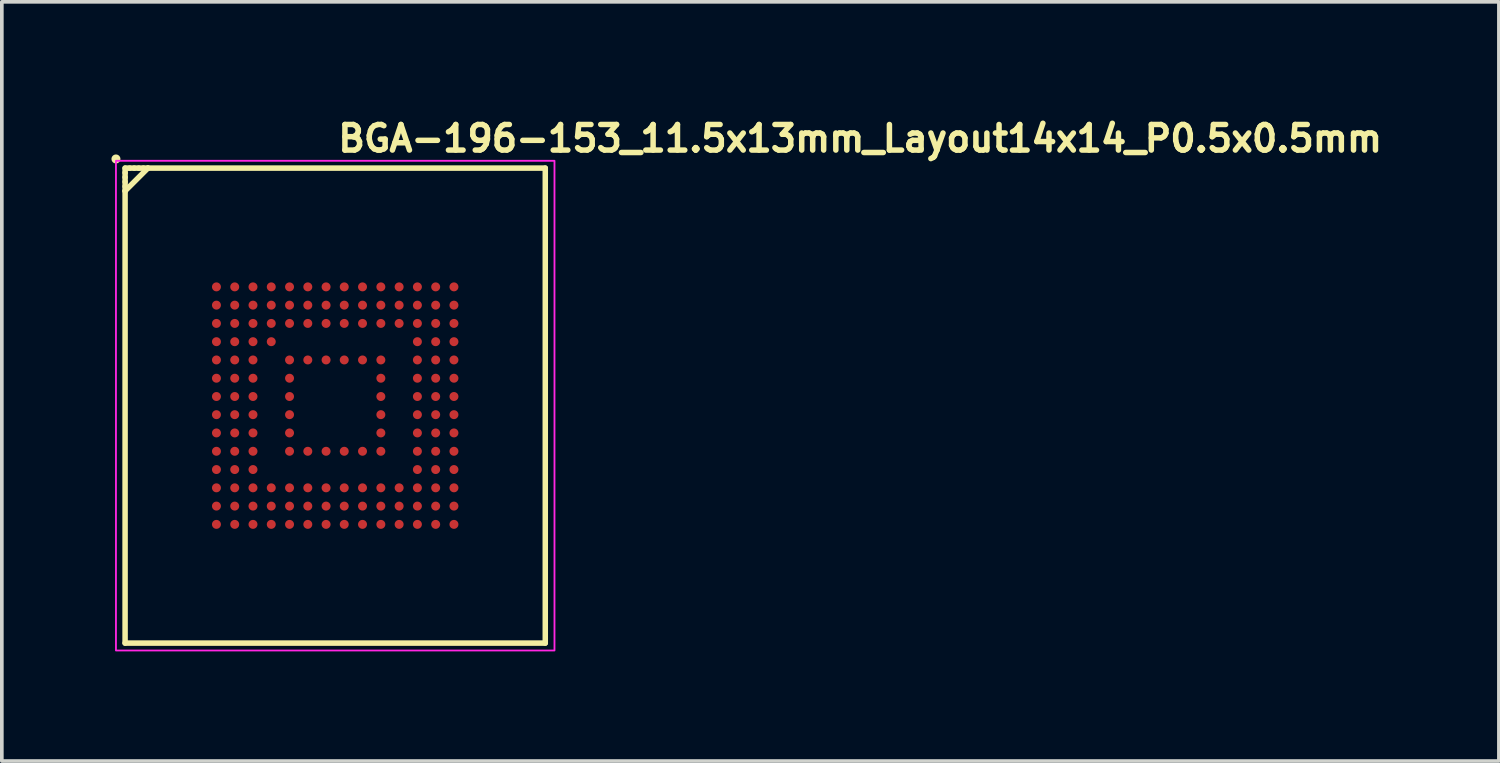
<source format=kicad_pcb>
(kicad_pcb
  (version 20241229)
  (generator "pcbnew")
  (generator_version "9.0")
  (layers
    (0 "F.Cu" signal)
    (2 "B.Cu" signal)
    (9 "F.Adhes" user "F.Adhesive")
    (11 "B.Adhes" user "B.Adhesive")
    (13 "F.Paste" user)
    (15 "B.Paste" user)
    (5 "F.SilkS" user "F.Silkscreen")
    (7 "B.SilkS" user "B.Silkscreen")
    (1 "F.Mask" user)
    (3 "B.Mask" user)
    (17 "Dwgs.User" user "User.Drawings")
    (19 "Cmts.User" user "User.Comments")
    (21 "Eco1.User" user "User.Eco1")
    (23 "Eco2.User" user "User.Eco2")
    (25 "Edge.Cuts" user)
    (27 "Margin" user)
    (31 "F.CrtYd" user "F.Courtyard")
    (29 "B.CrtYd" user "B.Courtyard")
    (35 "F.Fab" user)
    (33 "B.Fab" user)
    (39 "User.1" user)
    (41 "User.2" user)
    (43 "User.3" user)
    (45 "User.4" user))
  (footprint "BGA-196-153_11.5x13mm_Layout14x14_P0.5x0.5mm"
    (layer "F.Cu")
    (at 6.123 8.05)
    (property "Reference" "BGA-196-153_11.5x13mm_Layout14x14_P0.5x0.5mm" (at 0 -6.9 0) (layer "F.SilkS") (effects (font (size 0.7 0.7) (thickness 0.15)) (justify left bottom)))
    (attr smd)
    (fp_line (start -5.75 -6.5) (end -5.75 -6.375) (stroke (width 0.15) (type solid)) (layer "F.SilkS"))
    (fp_line (start -5.75 -6.375) (end -5.75 -6.25) (stroke (width 0.15) (type solid)) (layer "F.SilkS"))
    (fp_line (start -5.75 -6.25) (end -5.75 -6.125) (stroke (width 0.15) (type solid)) (layer "F.SilkS"))
    (fp_line (start -5.75 -6.125) (end -5.75 -6) (stroke (width 0.15) (type solid)) (layer "F.SilkS"))
    (fp_line (start -5.75 -6) (end -5.75 -5.875) (stroke (width 0.15) (type solid)) (layer "F.SilkS"))
    (fp_line (start -5.75 -5.875) (end -5.75 6.498) (stroke (width 0.15) (type solid)) (layer "F.SilkS"))
    (fp_line (start -5.75 -5.875) (end -5.125 -6.5) (stroke (width 0.15) (type solid)) (layer "F.SilkS"))
    (fp_line (start -5.75 6.498) (end 5.748 6.498) (stroke (width 0.15) (type solid)) (layer "F.SilkS"))
    (fp_line (start -5.625 -6.5) (end -5.75 -6.5) (stroke (width 0.15) (type solid)) (layer "F.SilkS"))
    (fp_line (start -5.5 -6.5) (end -5.625 -6.5) (stroke (width 0.15) (type solid)) (layer "F.SilkS"))
    (fp_line (start -5.375 -6.5) (end -5.5 -6.5) (stroke (width 0.15) (type solid)) (layer "F.SilkS"))
    (fp_line (start -5.25 -6.5) (end -5.375 -6.5) (stroke (width 0.15) (type solid)) (layer "F.SilkS"))
    (fp_line (start -5.125 -6.5) (end -5.25 -6.5) (stroke (width 0.15) (type solid)) (layer "F.SilkS"))
    (fp_line (start 5.748 -6.5) (end -5.125 -6.5) (stroke (width 0.15) (type solid)) (layer "F.SilkS"))
    (fp_line (start 5.748 6.498) (end 5.748 -6.5) (stroke (width 0.15) (type solid)) (layer "F.SilkS"))
    (fp_circle (center -6 -6.75) (end -5.952 -6.75) (stroke (width 0.15) (type solid)) (fill yes) (layer "F.SilkS"))
    (fp_rect (start -6 -6.7) (end 6 6.7) (stroke (width 0.05) (type solid)) (fill no) (layer "F.CrtYd"))
    (fp_rect (start -5.75 -6.5) (end 5.749 6.499) (stroke (width 0.1) (type solid)) (fill no) (layer "User.5"))
    (fp_line (start -5.75 -6.5) (end -5.75 6.499) (stroke (width 0.02) (type solid)) (layer "User.9"))
    (fp_line (start -5.75 6.499) (end 5.749 6.499) (stroke (width 0.02) (type solid)) (layer "User.9"))
    (fp_line (start -5.201 -5.351) (end -5.201 -5.351) (stroke (width 0.02) (type solid)) (layer "User.9"))
    (fp_line (start -5.201 -5.351) (end -5.199 -5.321) (stroke (width 0.02) (type solid)) (layer "User.9"))
    (fp_line (start -5.199 -5.382) (end -5.201 -5.351) (stroke (width 0.02) (type solid)) (layer "User.9"))
    (fp_line (start -5.199 -5.321) (end -5.197 -5.289) (stroke (width 0.02) (type solid)) (layer "User.9"))
    (fp_line (start -5.197 -5.412) (end -5.199 -5.382) (stroke (width 0.02) (type solid)) (layer "User.9"))
    (fp_line (start -5.197 -5.289) (end -5.194 -5.26) (stroke (width 0.02) (type solid)) (layer "User.9"))
    (fp_line (start -5.194 -5.443) (end -5.197 -5.412) (stroke (width 0.02) (type solid)) (layer "User.9"))
    (fp_line (start -5.194 -5.26) (end -5.188 -5.231) (stroke (width 0.02) (type solid)) (layer "User.9"))
    (fp_line (start -5.188 -5.471) (end -5.194 -5.443) (stroke (width 0.02) (type solid)) (layer "User.9"))
    (fp_line (start -5.188 -5.231) (end -5.181 -5.202) (stroke (width 0.02) (type solid)) (layer "User.9"))
    (fp_line (start -5.181 -5.5) (end -5.188 -5.471) (stroke (width 0.02) (type solid)) (layer "User.9"))
    (fp_line (start -5.181 -5.202) (end -5.173 -5.172) (stroke (width 0.02) (type solid)) (layer "User.9"))
    (fp_line (start -5.173 -5.529) (end -5.181 -5.5) (stroke (width 0.02) (type solid)) (layer "User.9"))
    (fp_line (start -5.173 -5.172) (end -5.164 -5.145) (stroke (width 0.02) (type solid)) (layer "User.9"))
    (fp_line (start -5.164 -5.558) (end -5.173 -5.529) (stroke (width 0.02) (type solid)) (layer "User.9"))
    (fp_line (start -5.164 -5.145) (end -5.154 -5.117) (stroke (width 0.02) (type solid)) (layer "User.9"))
    (fp_line (start -5.154 -5.585) (end -5.164 -5.558) (stroke (width 0.02) (type solid)) (layer "User.9"))
    (fp_line (start -5.154 -5.117) (end -5.141 -5.09) (stroke (width 0.02) (type solid)) (layer "User.9"))
    (fp_line (start -5.141 -5.611) (end -5.154 -5.585) (stroke (width 0.02) (type solid)) (layer "User.9"))
    (fp_line (start -5.141 -5.09) (end -5.129 -5.066) (stroke (width 0.02) (type solid)) (layer "User.9"))
    (fp_line (start -5.129 -5.637) (end -5.141 -5.611) (stroke (width 0.02) (type solid)) (layer "User.9"))
    (fp_line (start -5.129 -5.066) (end -5.114 -5.039) (stroke (width 0.02) (type solid)) (layer "User.9"))
    (fp_line (start -5.114 -5.662) (end -5.129 -5.637) (stroke (width 0.02) (type solid)) (layer "User.9"))
    (fp_line (start -5.114 -5.039) (end -5.098 -5.015) (stroke (width 0.02) (type solid)) (layer "User.9"))
    (fp_line (start -5.098 -5.686) (end -5.114 -5.662) (stroke (width 0.02) (type solid)) (layer "User.9"))
    (fp_line (start -5.098 -5.015) (end -5.082 -4.992) (stroke (width 0.02) (type solid)) (layer "User.9"))
    (fp_line (start -5.082 -5.71) (end -5.098 -5.686) (stroke (width 0.02) (type solid)) (layer "User.9"))
    (fp_line (start -5.082 -4.992) (end -5.063 -4.97) (stroke (width 0.02) (type solid)) (layer "User.9"))
    (fp_line (start -5.063 -5.733) (end -5.082 -5.71) (stroke (width 0.02) (type solid)) (layer "User.9"))
    (fp_line (start -5.063 -4.97) (end -5.045 -4.947) (stroke (width 0.02) (type solid)) (layer "User.9"))
    (fp_line (start -5.045 -5.755) (end -5.063 -5.733) (stroke (width 0.02) (type solid)) (layer "User.9"))
    (fp_line (start -5.045 -4.947) (end -5.026 -4.927) (stroke (width 0.02) (type solid)) (layer "User.9"))
    (fp_line (start -5.026 -5.776) (end -5.045 -5.755) (stroke (width 0.02) (type solid)) (layer "User.9"))
    (fp_line (start -5.026 -4.927) (end -5.005 -4.906) (stroke (width 0.02) (type solid)) (layer "User.9"))
    (fp_line (start -5.005 -5.795) (end -5.026 -5.776) (stroke (width 0.02) (type solid)) (layer "User.9"))
    (fp_line (start -5.005 -4.906) (end -4.983 -4.888) (stroke (width 0.02) (type solid)) (layer "User.9"))
    (fp_line (start -4.983 -5.813) (end -5.005 -5.795) (stroke (width 0.02) (type solid)) (layer "User.9"))
    (fp_line (start -4.983 -4.888) (end -4.96 -4.871) (stroke (width 0.02) (type solid)) (layer "User.9"))
    (fp_line (start -4.96 -5.832) (end -4.983 -5.813) (stroke (width 0.02) (type solid)) (layer "User.9"))
    (fp_line (start -4.96 -4.871) (end -4.936 -4.853) (stroke (width 0.02) (type solid)) (layer "User.9"))
    (fp_line (start -4.936 -5.848) (end -4.96 -5.832) (stroke (width 0.02) (type solid)) (layer "User.9"))
    (fp_line (start -4.936 -4.853) (end -4.912 -4.837) (stroke (width 0.02) (type solid)) (layer "User.9"))
    (fp_line (start -4.912 -5.864) (end -4.936 -5.848) (stroke (width 0.02) (type solid)) (layer "User.9"))
    (fp_line (start -4.912 -4.837) (end -4.887 -4.824) (stroke (width 0.02) (type solid)) (layer "User.9"))
    (fp_line (start -4.887 -5.878) (end -4.912 -5.864) (stroke (width 0.02) (type solid)) (layer "User.9"))
    (fp_line (start -4.887 -4.824) (end -4.861 -4.811) (stroke (width 0.02) (type solid)) (layer "User.9"))
    (fp_line (start -4.861 -5.891) (end -4.887 -5.878) (stroke (width 0.02) (type solid)) (layer "User.9"))
    (fp_line (start -4.861 -4.811) (end -4.835 -4.798) (stroke (width 0.02) (type solid)) (layer "User.9"))
    (fp_line (start -4.835 -5.904) (end -4.861 -5.891) (stroke (width 0.02) (type solid)) (layer "User.9"))
    (fp_line (start -4.835 -4.798) (end -4.808 -4.787) (stroke (width 0.02) (type solid)) (layer "User.9"))
    (fp_line (start -4.808 -5.914) (end -4.835 -5.904) (stroke (width 0.02) (type solid)) (layer "User.9"))
    (fp_line (start -4.808 -4.787) (end -4.779 -4.779) (stroke (width 0.02) (type solid)) (layer "User.9"))
    (fp_line (start -4.779 -5.923) (end -4.808 -5.914) (stroke (width 0.02) (type solid)) (layer "User.9"))
    (fp_line (start -4.779 -4.779) (end -4.75 -4.77) (stroke (width 0.02) (type solid)) (layer "User.9"))
    (fp_line (start -4.75 -5.933) (end -4.779 -5.923) (stroke (width 0.02) (type solid)) (layer "User.9"))
    (fp_line (start -4.75 -4.77) (end -4.721 -4.763) (stroke (width 0.02) (type solid)) (layer "User.9"))
    (fp_line (start -4.721 -5.938) (end -4.75 -5.933) (stroke (width 0.02) (type solid)) (layer "User.9"))
    (fp_line (start -4.721 -4.763) (end -4.693 -4.757) (stroke (width 0.02) (type solid)) (layer "User.9"))
    (fp_line (start -4.693 -5.944) (end -4.721 -5.938) (stroke (width 0.02) (type solid)) (layer "User.9"))
    (fp_line (start -4.693 -4.757) (end -4.662 -4.755) (stroke (width 0.02) (type solid)) (layer "User.9"))
    (fp_line (start -4.662 -5.947) (end -4.693 -5.944) (stroke (width 0.02) (type solid)) (layer "User.9"))
    (fp_line (start -4.662 -4.755) (end -4.632 -4.752) (stroke (width 0.02) (type solid)) (layer "User.9"))
    (fp_line (start -4.632 -5.951) (end -4.662 -5.947) (stroke (width 0.02) (type solid)) (layer "User.9"))
    (fp_line (start -4.632 -4.752) (end -4.601 -4.75) (stroke (width 0.02) (type solid)) (layer "User.9"))
    (fp_line (start -4.601 -5.952) (end -4.632 -5.951) (stroke (width 0.02) (type solid)) (layer "User.9"))
    (fp_line (start -4.601 -4.75) (end -4.571 -4.752) (stroke (width 0.02) (type solid)) (layer "User.9"))
    (fp_line (start -4.571 -5.951) (end -4.601 -5.952) (stroke (width 0.02) (type solid)) (layer "User.9"))
    (fp_line (start -4.571 -4.752) (end -4.539 -4.755) (stroke (width 0.02) (type solid)) (layer "User.9"))
    (fp_line (start -4.539 -5.947) (end -4.571 -5.951) (stroke (width 0.02) (type solid)) (layer "User.9"))
    (fp_line (start -4.539 -4.755) (end -4.51 -4.757) (stroke (width 0.02) (type solid)) (layer "User.9"))
    (fp_line (start -4.51 -5.944) (end -4.539 -5.947) (stroke (width 0.02) (type solid)) (layer "User.9"))
    (fp_line (start -4.51 -4.757) (end -4.481 -4.763) (stroke (width 0.02) (type solid)) (layer "User.9"))
    (fp_line (start -4.481 -5.938) (end -4.51 -5.944) (stroke (width 0.02) (type solid)) (layer "User.9"))
    (fp_line (start -4.481 -4.763) (end -4.452 -4.77) (stroke (width 0.02) (type solid)) (layer "User.9"))
    (fp_line (start -4.452 -5.933) (end -4.481 -5.938) (stroke (width 0.02) (type solid)) (layer "User.9"))
    (fp_line (start -4.452 -4.77) (end -4.422 -4.779) (stroke (width 0.02) (type solid)) (layer "User.9"))
    (fp_line (start -4.422 -5.923) (end -4.452 -5.933) (stroke (width 0.02) (type solid)) (layer "User.9"))
    (fp_line (start -4.422 -4.779) (end -4.395 -4.787) (stroke (width 0.02) (type solid)) (layer "User.9"))
    (fp_line (start -4.395 -5.914) (end -4.422 -5.923) (stroke (width 0.02) (type solid)) (layer "User.9"))
    (fp_line (start -4.395 -4.787) (end -4.367 -4.798) (stroke (width 0.02) (type solid)) (layer "User.9"))
    (fp_line (start -4.367 -5.904) (end -4.395 -5.914) (stroke (width 0.02) (type solid)) (layer "User.9"))
    (fp_line (start -4.367 -4.798) (end -4.34 -4.811) (stroke (width 0.02) (type solid)) (layer "User.9"))
    (fp_line (start -4.34 -5.891) (end -4.367 -5.904) (stroke (width 0.02) (type solid)) (layer "User.9"))
    (fp_line (start -4.34 -4.811) (end -4.316 -4.824) (stroke (width 0.02) (type solid)) (layer "User.9"))
    (fp_line (start -4.316 -5.878) (end -4.34 -5.891) (stroke (width 0.02) (type solid)) (layer "User.9"))
    (fp_line (start -4.316 -4.824) (end -4.29 -4.837) (stroke (width 0.02) (type solid)) (layer "User.9"))
    (fp_line (start -4.29 -4.837) (end -4.265 -4.853) (stroke (width 0.02) (type solid)) (layer "User.9"))
    (fp_line (start -4.289 -5.864) (end -4.316 -5.878) (stroke (width 0.02) (type solid)) (layer "User.9"))
    (fp_line (start -4.265 -5.848) (end -4.289 -5.864) (stroke (width 0.02) (type solid)) (layer "User.9"))
    (fp_line (start -4.265 -4.853) (end -4.242 -4.871) (stroke (width 0.02) (type solid)) (layer "User.9"))
    (fp_line (start -4.242 -5.832) (end -4.265 -5.848) (stroke (width 0.02) (type solid)) (layer "User.9"))
    (fp_line (start -4.242 -4.871) (end -4.22 -4.888) (stroke (width 0.02) (type solid)) (layer "User.9"))
    (fp_line (start -4.22 -5.813) (end -4.242 -5.832) (stroke (width 0.02) (type solid)) (layer "User.9"))
    (fp_line (start -4.22 -4.888) (end -4.197 -4.906) (stroke (width 0.02) (type solid)) (layer "User.9"))
    (fp_line (start -4.197 -5.795) (end -4.22 -5.813) (stroke (width 0.02) (type solid)) (layer "User.9"))
    (fp_line (start -4.197 -4.906) (end -4.177 -4.927) (stroke (width 0.02) (type solid)) (layer "User.9"))
    (fp_line (start -4.177 -5.776) (end -4.197 -5.795) (stroke (width 0.02) (type solid)) (layer "User.9"))
    (fp_line (start -4.177 -4.927) (end -4.157 -4.947) (stroke (width 0.02) (type solid)) (layer "User.9"))
    (fp_line (start -4.157 -5.755) (end -4.177 -5.776) (stroke (width 0.02) (type solid)) (layer "User.9"))
    (fp_line (start -4.157 -4.947) (end -4.138 -4.97) (stroke (width 0.02) (type solid)) (layer "User.9"))
    (fp_line (start -4.138 -5.733) (end -4.157 -5.755) (stroke (width 0.02) (type solid)) (layer "User.9"))
    (fp_line (start -4.138 -4.97) (end -4.121 -4.992) (stroke (width 0.02) (type solid)) (layer "User.9"))
    (fp_line (start -4.121 -5.71) (end -4.138 -5.733) (stroke (width 0.02) (type solid)) (layer "User.9"))
    (fp_line (start -4.121 -4.992) (end -4.103 -5.015) (stroke (width 0.02) (type solid)) (layer "User.9"))
    (fp_line (start -4.103 -5.686) (end -4.121 -5.71) (stroke (width 0.02) (type solid)) (layer "User.9"))
    (fp_line (start -4.103 -5.015) (end -4.088 -5.039) (stroke (width 0.02) (type solid)) (layer "User.9"))
    (fp_line (start -4.088 -5.662) (end -4.103 -5.686) (stroke (width 0.02) (type solid)) (layer "User.9"))
    (fp_line (start -4.088 -5.039) (end -4.074 -5.066) (stroke (width 0.02) (type solid)) (layer "User.9"))
    (fp_line (start -4.074 -5.637) (end -4.088 -5.662) (stroke (width 0.02) (type solid)) (layer "User.9"))
    (fp_line (start -4.074 -5.066) (end -4.061 -5.09) (stroke (width 0.02) (type solid)) (layer "User.9"))
    (fp_line (start -4.061 -5.611) (end -4.074 -5.637) (stroke (width 0.02) (type solid)) (layer "User.9"))
    (fp_line (start -4.061 -5.09) (end -4.048 -5.117) (stroke (width 0.02) (type solid)) (layer "User.9"))
    (fp_line (start -4.048 -5.585) (end -4.061 -5.611) (stroke (width 0.02) (type solid)) (layer "User.9"))
    (fp_line (start -4.048 -5.117) (end -4.037 -5.145) (stroke (width 0.02) (type solid)) (layer "User.9"))
    (fp_line (start -4.037 -5.558) (end -4.048 -5.585) (stroke (width 0.02) (type solid)) (layer "User.9"))
    (fp_line (start -4.037 -5.145) (end -4.029 -5.172) (stroke (width 0.02) (type solid)) (layer "User.9"))
    (fp_line (start -4.029 -5.529) (end -4.037 -5.558) (stroke (width 0.02) (type solid)) (layer "User.9"))
    (fp_line (start -4.029 -5.172) (end -4.021 -5.202) (stroke (width 0.02) (type solid)) (layer "User.9"))
    (fp_line (start -4.021 -5.5) (end -4.029 -5.529) (stroke (width 0.02) (type solid)) (layer "User.9"))
    (fp_line (start -4.021 -5.202) (end -4.013 -5.231) (stroke (width 0.02) (type solid)) (layer "User.9"))
    (fp_line (start -4.013 -5.471) (end -4.021 -5.5) (stroke (width 0.02) (type solid)) (layer "User.9"))
    (fp_line (start -4.013 -5.231) (end -4.008 -5.26) (stroke (width 0.02) (type solid)) (layer "User.9"))
    (fp_line (start -4.008 -5.443) (end -4.013 -5.471) (stroke (width 0.02) (type solid)) (layer "User.9"))
    (fp_line (start -4.008 -5.26) (end -4.005 -5.289) (stroke (width 0.02) (type solid)) (layer "User.9"))
    (fp_line (start -4.005 -5.412) (end -4.008 -5.443) (stroke (width 0.02) (type solid)) (layer "User.9"))
    (fp_line (start -4.005 -5.289) (end -4.002 -5.321) (stroke (width 0.02) (type solid)) (layer "User.9"))
    (fp_line (start -4.002 -5.382) (end -4.005 -5.412) (stroke (width 0.02) (type solid)) (layer "User.9"))
    (fp_line (start -4.002 -5.351) (end -4.002 -5.382) (stroke (width 0.02) (type solid)) (layer "User.9"))
    (fp_line (start -4.002 -5.351) (end -4.002 -5.351) (stroke (width 0.02) (type solid)) (layer "User.9"))
    (fp_line (start -4.002 -5.321) (end -4.002 -5.351) (stroke (width 0.02) (type solid)) (layer "User.9"))
    (fp_line (start 5.749 -6.5) (end -5.75 -6.5) (stroke (width 0.02) (type solid)) (layer "User.9"))
    (fp_line (start 5.749 6.499) (end 5.749 -6.5) (stroke (width 0.02) (type solid)) (layer "User.9"))
    (pad "A1" smd circle (at -3.25 -3.25) (size 0.245 0.245) (layers "F.Cu" "F.Mask" "F.Paste"))
    (pad "A2" smd circle (at -2.75 -3.25) (size 0.245 0.245) (layers "F.Cu" "F.Mask" "F.Paste"))
    (pad "A3" smd circle (at -2.25 -3.25) (size 0.245 0.245) (layers "F.Cu" "F.Mask" "F.Paste"))
    (pad "A4" smd circle (at -1.75 -3.25) (size 0.245 0.245) (layers "F.Cu" "F.Mask" "F.Paste"))
    (pad "A5" smd circle (at -1.25 -3.25) (size 0.245 0.245) (layers "F.Cu" "F.Mask" "F.Paste"))
    (pad "A6" smd circle (at -0.75 -3.25) (size 0.245 0.245) (layers "F.Cu" "F.Mask" "F.Paste"))
    (pad "A7" smd circle (at -0.25 -3.25) (size 0.245 0.245) (layers "F.Cu" "F.Mask" "F.Paste"))
    (pad "A8" smd circle (at 0.247 -3.25) (size 0.245 0.245) (layers "F.Cu" "F.Mask" "F.Paste"))
    (pad "A9" smd circle (at 0.747 -3.25) (size 0.245 0.245) (layers "F.Cu" "F.Mask" "F.Paste"))
    (pad "A10" smd circle (at 1.249 -3.25) (size 0.245 0.245) (layers "F.Cu" "F.Mask" "F.Paste"))
    (pad "A11" smd circle (at 1.749 -3.25) (size 0.245 0.245) (layers "F.Cu" "F.Mask" "F.Paste"))
    (pad "A12" smd circle (at 2.249 -3.25) (size 0.245 0.245) (layers "F.Cu" "F.Mask" "F.Paste"))
    (pad "A13" smd circle (at 2.749 -3.25) (size 0.245 0.245) (layers "F.Cu" "F.Mask" "F.Paste"))
    (pad "A14" smd circle (at 3.249 -3.25) (size 0.245 0.245) (layers "F.Cu" "F.Mask" "F.Paste"))
    (pad "B1" smd circle (at -3.25 -2.75) (size 0.245 0.245) (layers "F.Cu" "F.Mask" "F.Paste"))
    (pad "B2" smd circle (at -2.75 -2.75) (size 0.245 0.245) (layers "F.Cu" "F.Mask" "F.Paste"))
    (pad "B3" smd circle (at -2.25 -2.75) (size 0.245 0.245) (layers "F.Cu" "F.Mask" "F.Paste"))
    (pad "B4" smd circle (at -1.75 -2.75) (size 0.245 0.245) (layers "F.Cu" "F.Mask" "F.Paste"))
    (pad "B5" smd circle (at -1.25 -2.75) (size 0.245 0.245) (layers "F.Cu" "F.Mask" "F.Paste"))
    (pad "B6" smd circle (at -0.75 -2.75) (size 0.245 0.245) (layers "F.Cu" "F.Mask" "F.Paste"))
    (pad "B7" smd circle (at -0.25 -2.75) (size 0.245 0.245) (layers "F.Cu" "F.Mask" "F.Paste"))
    (pad "B8" smd circle (at 0.247 -2.75) (size 0.245 0.245) (layers "F.Cu" "F.Mask" "F.Paste"))
    (pad "B9" smd circle (at 0.747 -2.75) (size 0.245 0.245) (layers "F.Cu" "F.Mask" "F.Paste"))
    (pad "B10" smd circle (at 1.249 -2.75) (size 0.245 0.245) (layers "F.Cu" "F.Mask" "F.Paste"))
    (pad "B11" smd circle (at 1.749 -2.75) (size 0.245 0.245) (layers "F.Cu" "F.Mask" "F.Paste"))
    (pad "B12" smd circle (at 2.249 -2.75) (size 0.245 0.245) (layers "F.Cu" "F.Mask" "F.Paste"))
    (pad "B13" smd circle (at 2.749 -2.75) (size 0.245 0.245) (layers "F.Cu" "F.Mask" "F.Paste"))
    (pad "B14" smd circle (at 3.249 -2.75) (size 0.245 0.245) (layers "F.Cu" "F.Mask" "F.Paste"))
    (pad "C1" smd circle (at -3.25 -2.25) (size 0.245 0.245) (layers "F.Cu" "F.Mask" "F.Paste"))
    (pad "C2" smd circle (at -2.75 -2.25) (size 0.245 0.245) (layers "F.Cu" "F.Mask" "F.Paste"))
    (pad "C3" smd circle (at -2.25 -2.25) (size 0.245 0.245) (layers "F.Cu" "F.Mask" "F.Paste"))
    (pad "C4" smd circle (at -1.75 -2.25) (size 0.245 0.245) (layers "F.Cu" "F.Mask" "F.Paste"))
    (pad "C5" smd circle (at -1.25 -2.25) (size 0.245 0.245) (layers "F.Cu" "F.Mask" "F.Paste"))
    (pad "C6" smd circle (at -0.75 -2.25) (size 0.245 0.245) (layers "F.Cu" "F.Mask" "F.Paste"))
    (pad "C7" smd circle (at -0.25 -2.25) (size 0.245 0.245) (layers "F.Cu" "F.Mask" "F.Paste"))
    (pad "C8" smd circle (at 0.247 -2.25) (size 0.245 0.245) (layers "F.Cu" "F.Mask" "F.Paste"))
    (pad "C9" smd circle (at 0.747 -2.25) (size 0.245 0.245) (layers "F.Cu" "F.Mask" "F.Paste"))
    (pad "C10" smd circle (at 1.249 -2.25) (size 0.245 0.245) (layers "F.Cu" "F.Mask" "F.Paste"))
    (pad "C11" smd circle (at 1.749 -2.25) (size 0.245 0.245) (layers "F.Cu" "F.Mask" "F.Paste"))
    (pad "C12" smd circle (at 2.249 -2.25) (size 0.245 0.245) (layers "F.Cu" "F.Mask" "F.Paste"))
    (pad "C13" smd circle (at 2.749 -2.25) (size 0.245 0.245) (layers "F.Cu" "F.Mask" "F.Paste"))
    (pad "C14" smd circle (at 3.249 -2.25) (size 0.245 0.245) (layers "F.Cu" "F.Mask" "F.Paste"))
    (pad "D1" smd circle (at -3.25 -1.75) (size 0.245 0.245) (layers "F.Cu" "F.Mask" "F.Paste"))
    (pad "D2" smd circle (at -2.75 -1.75) (size 0.245 0.245) (layers "F.Cu" "F.Mask" "F.Paste"))
    (pad "D3" smd circle (at -2.25 -1.75) (size 0.245 0.245) (layers "F.Cu" "F.Mask" "F.Paste"))
    (pad "D4" smd circle (at -1.75 -1.75) (size 0.245 0.245) (layers "F.Cu" "F.Mask" "F.Paste"))
    (pad "D12" smd circle (at 2.249 -1.75) (size 0.245 0.245) (layers "F.Cu" "F.Mask" "F.Paste"))
    (pad "D13" smd circle (at 2.749 -1.75) (size 0.245 0.245) (layers "F.Cu" "F.Mask" "F.Paste"))
    (pad "D14" smd circle (at 3.249 -1.75) (size 0.245 0.245) (layers "F.Cu" "F.Mask" "F.Paste"))
    (pad "E1" smd circle (at -3.25 -1.25) (size 0.245 0.245) (layers "F.Cu" "F.Mask" "F.Paste"))
    (pad "E2" smd circle (at -2.75 -1.25) (size 0.245 0.245) (layers "F.Cu" "F.Mask" "F.Paste"))
    (pad "E3" smd circle (at -2.25 -1.25) (size 0.245 0.245) (layers "F.Cu" "F.Mask" "F.Paste"))
    (pad "E5" smd circle (at -1.25 -1.25) (size 0.245 0.245) (layers "F.Cu" "F.Mask" "F.Paste"))
    (pad "E6" smd circle (at -0.75 -1.25) (size 0.245 0.245) (layers "F.Cu" "F.Mask" "F.Paste"))
    (pad "E7" smd circle (at -0.25 -1.25) (size 0.245 0.245) (layers "F.Cu" "F.Mask" "F.Paste"))
    (pad "E8" smd circle (at 0.247 -1.25) (size 0.245 0.245) (layers "F.Cu" "F.Mask" "F.Paste"))
    (pad "E9" smd circle (at 0.747 -1.25) (size 0.245 0.245) (layers "F.Cu" "F.Mask" "F.Paste"))
    (pad "E10" smd circle (at 1.249 -1.25) (size 0.245 0.245) (layers "F.Cu" "F.Mask" "F.Paste"))
    (pad "E12" smd circle (at 2.249 -1.25) (size 0.245 0.245) (layers "F.Cu" "F.Mask" "F.Paste"))
    (pad "E13" smd circle (at 2.749 -1.25) (size 0.245 0.245) (layers "F.Cu" "F.Mask" "F.Paste"))
    (pad "E14" smd circle (at 3.249 -1.25) (size 0.245 0.245) (layers "F.Cu" "F.Mask" "F.Paste"))
    (pad "F1" smd circle (at -3.25 -0.75) (size 0.245 0.245) (layers "F.Cu" "F.Mask" "F.Paste"))
    (pad "F2" smd circle (at -2.75 -0.75) (size 0.245 0.245) (layers "F.Cu" "F.Mask" "F.Paste"))
    (pad "F3" smd circle (at -2.25 -0.75) (size 0.245 0.245) (layers "F.Cu" "F.Mask" "F.Paste"))
    (pad "F5" smd circle (at -1.25 -0.75) (size 0.245 0.245) (layers "F.Cu" "F.Mask" "F.Paste"))
    (pad "F10" smd circle (at 1.249 -0.75) (size 0.245 0.245) (layers "F.Cu" "F.Mask" "F.Paste"))
    (pad "F12" smd circle (at 2.249 -0.75) (size 0.245 0.245) (layers "F.Cu" "F.Mask" "F.Paste"))
    (pad "F13" smd circle (at 2.749 -0.75) (size 0.245 0.245) (layers "F.Cu" "F.Mask" "F.Paste"))
    (pad "F14" smd circle (at 3.249 -0.75) (size 0.245 0.245) (layers "F.Cu" "F.Mask" "F.Paste"))
    (pad "G1" smd circle (at -3.25 -0.25) (size 0.245 0.245) (layers "F.Cu" "F.Mask" "F.Paste"))
    (pad "G2" smd circle (at -2.75 -0.25) (size 0.245 0.245) (layers "F.Cu" "F.Mask" "F.Paste"))
    (pad "G3" smd circle (at -2.25 -0.25) (size 0.245 0.245) (layers "F.Cu" "F.Mask" "F.Paste"))
    (pad "G5" smd circle (at -1.25 -0.25) (size 0.245 0.245) (layers "F.Cu" "F.Mask" "F.Paste"))
    (pad "G10" smd circle (at 1.249 -0.25) (size 0.245 0.245) (layers "F.Cu" "F.Mask" "F.Paste"))
    (pad "G12" smd circle (at 2.249 -0.25) (size 0.245 0.245) (layers "F.Cu" "F.Mask" "F.Paste"))
    (pad "G13" smd circle (at 2.749 -0.25) (size 0.245 0.245) (layers "F.Cu" "F.Mask" "F.Paste"))
    (pad "G14" smd circle (at 3.249 -0.25) (size 0.245 0.245) (layers "F.Cu" "F.Mask" "F.Paste"))
    (pad "H1" smd circle (at -3.25 0.247) (size 0.245 0.245) (layers "F.Cu" "F.Mask" "F.Paste"))
    (pad "H2" smd circle (at -2.75 0.247) (size 0.245 0.245) (layers "F.Cu" "F.Mask" "F.Paste"))
    (pad "H3" smd circle (at -2.25 0.247) (size 0.245 0.245) (layers "F.Cu" "F.Mask" "F.Paste"))
    (pad "H5" smd circle (at -1.25 0.247) (size 0.245 0.245) (layers "F.Cu" "F.Mask" "F.Paste"))
    (pad "H10" smd circle (at 1.249 0.247) (size 0.245 0.245) (layers "F.Cu" "F.Mask" "F.Paste"))
    (pad "H12" smd circle (at 2.249 0.247) (size 0.245 0.245) (layers "F.Cu" "F.Mask" "F.Paste"))
    (pad "H13" smd circle (at 2.749 0.247) (size 0.245 0.245) (layers "F.Cu" "F.Mask" "F.Paste"))
    (pad "H14" smd circle (at 3.249 0.247) (size 0.245 0.245) (layers "F.Cu" "F.Mask" "F.Paste"))
    (pad "J1" smd circle (at -3.25 0.747) (size 0.245 0.245) (layers "F.Cu" "F.Mask" "F.Paste"))
    (pad "J2" smd circle (at -2.75 0.747) (size 0.245 0.245) (layers "F.Cu" "F.Mask" "F.Paste"))
    (pad "J3" smd circle (at -2.25 0.747) (size 0.245 0.245) (layers "F.Cu" "F.Mask" "F.Paste"))
    (pad "J5" smd circle (at -1.25 0.747) (size 0.245 0.245) (layers "F.Cu" "F.Mask" "F.Paste"))
    (pad "J10" smd circle (at 1.249 0.747) (size 0.245 0.245) (layers "F.Cu" "F.Mask" "F.Paste"))
    (pad "J12" smd circle (at 2.249 0.747) (size 0.245 0.245) (layers "F.Cu" "F.Mask" "F.Paste"))
    (pad "J13" smd circle (at 2.749 0.747) (size 0.245 0.245) (layers "F.Cu" "F.Mask" "F.Paste"))
    (pad "J14" smd circle (at 3.249 0.747) (size 0.245 0.245) (layers "F.Cu" "F.Mask" "F.Paste"))
    (pad "K1" smd circle (at -3.25 1.249) (size 0.245 0.245) (layers "F.Cu" "F.Mask" "F.Paste"))
    (pad "K2" smd circle (at -2.75 1.249) (size 0.245 0.245) (layers "F.Cu" "F.Mask" "F.Paste"))
    (pad "K3" smd circle (at -2.25 1.249) (size 0.245 0.245) (layers "F.Cu" "F.Mask" "F.Paste"))
    (pad "K5" smd circle (at -1.25 1.249) (size 0.245 0.245) (layers "F.Cu" "F.Mask" "F.Paste"))
    (pad "K6" smd circle (at -0.75 1.249) (size 0.245 0.245) (layers "F.Cu" "F.Mask" "F.Paste"))
    (pad "K7" smd circle (at -0.25 1.249) (size 0.245 0.245) (layers "F.Cu" "F.Mask" "F.Paste"))
    (pad "K8" smd circle (at 0.247 1.249) (size 0.245 0.245) (layers "F.Cu" "F.Mask" "F.Paste"))
    (pad "K9" smd circle (at 0.747 1.249) (size 0.245 0.245) (layers "F.Cu" "F.Mask" "F.Paste"))
    (pad "K10" smd circle (at 1.249 1.249) (size 0.245 0.245) (layers "F.Cu" "F.Mask" "F.Paste"))
    (pad "K12" smd circle (at 2.249 1.249) (size 0.245 0.245) (layers "F.Cu" "F.Mask" "F.Paste"))
    (pad "K13" smd circle (at 2.749 1.249) (size 0.245 0.245) (layers "F.Cu" "F.Mask" "F.Paste"))
    (pad "K14" smd circle (at 3.249 1.249) (size 0.245 0.245) (layers "F.Cu" "F.Mask" "F.Paste"))
    (pad "L1" smd circle (at -3.25 1.749) (size 0.245 0.245) (layers "F.Cu" "F.Mask" "F.Paste"))
    (pad "L2" smd circle (at -2.75 1.749) (size 0.245 0.245) (layers "F.Cu" "F.Mask" "F.Paste"))
    (pad "L3" smd circle (at -2.25 1.749) (size 0.245 0.245) (layers "F.Cu" "F.Mask" "F.Paste"))
    (pad "L12" smd circle (at 2.249 1.749) (size 0.245 0.245) (layers "F.Cu" "F.Mask" "F.Paste"))
    (pad "L13" smd circle (at 2.749 1.749) (size 0.245 0.245) (layers "F.Cu" "F.Mask" "F.Paste"))
    (pad "L14" smd circle (at 3.249 1.749) (size 0.245 0.245) (layers "F.Cu" "F.Mask" "F.Paste"))
    (pad "M1" smd circle (at -3.25 2.249) (size 0.245 0.245) (layers "F.Cu" "F.Mask" "F.Paste"))
    (pad "M2" smd circle (at -2.75 2.249) (size 0.245 0.245) (layers "F.Cu" "F.Mask" "F.Paste"))
    (pad "M3" smd circle (at -2.25 2.249) (size 0.245 0.245) (layers "F.Cu" "F.Mask" "F.Paste"))
    (pad "M4" smd circle (at -1.75 2.249) (size 0.245 0.245) (layers "F.Cu" "F.Mask" "F.Paste"))
    (pad "M5" smd circle (at -1.25 2.249) (size 0.245 0.245) (layers "F.Cu" "F.Mask" "F.Paste"))
    (pad "M6" smd circle (at -0.75 2.249) (size 0.245 0.245) (layers "F.Cu" "F.Mask" "F.Paste"))
    (pad "M7" smd circle (at -0.25 2.249) (size 0.245 0.245) (layers "F.Cu" "F.Mask" "F.Paste"))
    (pad "M8" smd circle (at 0.247 2.249) (size 0.245 0.245) (layers "F.Cu" "F.Mask" "F.Paste"))
    (pad "M9" smd circle (at 0.747 2.249) (size 0.245 0.245) (layers "F.Cu" "F.Mask" "F.Paste"))
    (pad "M10" smd circle (at 1.249 2.249) (size 0.245 0.245) (layers "F.Cu" "F.Mask" "F.Paste"))
    (pad "M11" smd circle (at 1.749 2.249) (size 0.245 0.245) (layers "F.Cu" "F.Mask" "F.Paste"))
    (pad "M12" smd circle (at 2.249 2.249) (size 0.245 0.245) (layers "F.Cu" "F.Mask" "F.Paste"))
    (pad "M13" smd circle (at 2.749 2.249) (size 0.245 0.245) (layers "F.Cu" "F.Mask" "F.Paste"))
    (pad "M14" smd circle (at 3.249 2.249) (size 0.245 0.245) (layers "F.Cu" "F.Mask" "F.Paste"))
    (pad "N1" smd circle (at -3.25 2.749) (size 0.245 0.245) (layers "F.Cu" "F.Mask" "F.Paste"))
    (pad "N2" smd circle (at -2.75 2.749) (size 0.245 0.245) (layers "F.Cu" "F.Mask" "F.Paste"))
    (pad "N3" smd circle (at -2.25 2.749) (size 0.245 0.245) (layers "F.Cu" "F.Mask" "F.Paste"))
    (pad "N4" smd circle (at -1.75 2.749) (size 0.245 0.245) (layers "F.Cu" "F.Mask" "F.Paste"))
    (pad "N5" smd circle (at -1.25 2.749) (size 0.245 0.245) (layers "F.Cu" "F.Mask" "F.Paste"))
    (pad "N6" smd circle (at -0.75 2.749) (size 0.245 0.245) (layers "F.Cu" "F.Mask" "F.Paste"))
    (pad "N7" smd circle (at -0.25 2.749) (size 0.245 0.245) (layers "F.Cu" "F.Mask" "F.Paste"))
    (pad "N8" smd circle (at 0.247 2.749) (size 0.245 0.245) (layers "F.Cu" "F.Mask" "F.Paste"))
    (pad "N9" smd circle (at 0.747 2.749) (size 0.245 0.245) (layers "F.Cu" "F.Mask" "F.Paste"))
    (pad "N10" smd circle (at 1.249 2.749) (size 0.245 0.245) (layers "F.Cu" "F.Mask" "F.Paste"))
    (pad "N11" smd circle (at 1.749 2.749) (size 0.245 0.245) (layers "F.Cu" "F.Mask" "F.Paste"))
    (pad "N12" smd circle (at 2.249 2.749) (size 0.245 0.245) (layers "F.Cu" "F.Mask" "F.Paste"))
    (pad "N13" smd circle (at 2.749 2.749) (size 0.245 0.245) (layers "F.Cu" "F.Mask" "F.Paste"))
    (pad "N14" smd circle (at 3.249 2.749) (size 0.245 0.245) (layers "F.Cu" "F.Mask" "F.Paste"))
    (pad "P1" smd circle (at -3.25 3.249) (size 0.245 0.245) (layers "F.Cu" "F.Mask" "F.Paste"))
    (pad "P2" smd circle (at -2.75 3.249) (size 0.245 0.245) (layers "F.Cu" "F.Mask" "F.Paste"))
    (pad "P3" smd circle (at -2.25 3.249) (size 0.245 0.245) (layers "F.Cu" "F.Mask" "F.Paste"))
    (pad "P4" smd circle (at -1.75 3.249) (size 0.245 0.245) (layers "F.Cu" "F.Mask" "F.Paste"))
    (pad "P5" smd circle (at -1.25 3.249) (size 0.245 0.245) (layers "F.Cu" "F.Mask" "F.Paste"))
    (pad "P6" smd circle (at -0.75 3.249) (size 0.245 0.245) (layers "F.Cu" "F.Mask" "F.Paste"))
    (pad "P7" smd circle (at -0.25 3.249) (size 0.245 0.245) (layers "F.Cu" "F.Mask" "F.Paste"))
    (pad "P8" smd circle (at 0.247 3.249) (size 0.245 0.245) (layers "F.Cu" "F.Mask" "F.Paste"))
    (pad "P9" smd circle (at 0.747 3.249) (size 0.245 0.245) (layers "F.Cu" "F.Mask" "F.Paste"))
    (pad "P10" smd circle (at 1.249 3.249) (size 0.245 0.245) (layers "F.Cu" "F.Mask" "F.Paste"))
    (pad "P11" smd circle (at 1.749 3.249) (size 0.245 0.245) (layers "F.Cu" "F.Mask" "F.Paste"))
    (pad "P12" smd circle (at 2.249 3.249) (size 0.245 0.245) (layers "F.Cu" "F.Mask" "F.Paste"))
    (pad "P13" smd circle (at 2.749 3.249) (size 0.245 0.245) (layers "F.Cu" "F.Mask" "F.Paste"))
    (pad "P14" smd circle (at 3.249 3.249) (size 0.245 0.245) (layers "F.Cu" "F.Mask" "F.Paste")))
  (gr_rect
    (start -3 -3)
    (end 37.966 17.775)
    (stroke (width 0.1) (type default))
    (fill no)
    (layer "Edge.Cuts")))
</source>
